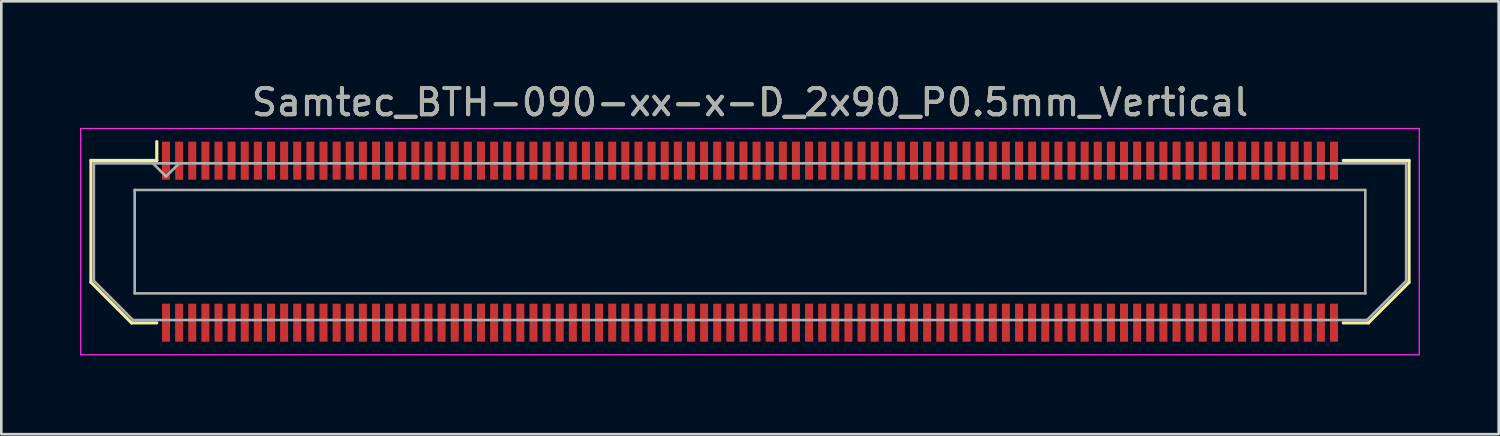
<source format=kicad_pcb>
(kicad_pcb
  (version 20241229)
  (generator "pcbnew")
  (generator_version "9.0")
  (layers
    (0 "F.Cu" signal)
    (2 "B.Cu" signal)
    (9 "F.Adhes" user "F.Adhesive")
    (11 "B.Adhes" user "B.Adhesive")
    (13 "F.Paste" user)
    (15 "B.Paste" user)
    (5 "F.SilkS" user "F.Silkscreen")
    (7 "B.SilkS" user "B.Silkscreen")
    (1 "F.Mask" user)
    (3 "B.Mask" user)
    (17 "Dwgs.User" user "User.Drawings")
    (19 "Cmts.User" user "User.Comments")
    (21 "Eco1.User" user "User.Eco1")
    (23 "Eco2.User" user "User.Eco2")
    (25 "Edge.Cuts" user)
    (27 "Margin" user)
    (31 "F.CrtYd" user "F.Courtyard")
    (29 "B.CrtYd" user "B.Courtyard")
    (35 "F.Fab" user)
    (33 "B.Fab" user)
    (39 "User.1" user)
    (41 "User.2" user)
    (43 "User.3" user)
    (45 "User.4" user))
  (footprint "Samtec_BTH-090-xx-x-D_2x90_P0.5mm_Vertical"
    (layer "F.Cu")
    (at 25.525 6.158)
    (property "Reference" "Samtec_BTH-090-xx-x-D_2x90_P0.5mm_Vertical" (at 0 -5.31 0) (layer "F.SilkS") (effects (font (size 1 1) (thickness 0.15))))
    (attr smd)
    (fp_line (start -25.11 -3.095) (end -25.11 1.548) (stroke (width 0.12) (type solid)) (layer "F.SilkS"))
    (fp_line (start -25.11 1.548) (end -23.562 3.095) (stroke (width 0.12) (type solid)) (layer "F.SilkS"))
    (fp_line (start -23.562 3.095) (end -22.602 3.095) (stroke (width 0.12) (type solid)) (layer "F.SilkS"))
    (fp_line (start -22.602 -3.811) (end -22.602 -3.095) (stroke (width 0.12) (type solid)) (layer "F.SilkS"))
    (fp_line (start -22.602 -3.095) (end -25.11 -3.095) (stroke (width 0.12) (type solid)) (layer "F.SilkS"))
    (fp_line (start 22.602 -3.095) (end 25.11 -3.095) (stroke (width 0.12) (type solid)) (layer "F.SilkS"))
    (fp_line (start 23.562 3.095) (end 22.602 3.095) (stroke (width 0.12) (type solid)) (layer "F.SilkS"))
    (fp_line (start 25.11 -3.095) (end 25.11 1.548) (stroke (width 0.12) (type solid)) (layer "F.SilkS"))
    (fp_line (start 25.11 1.548) (end 23.562 3.095) (stroke (width 0.12) (type solid)) (layer "F.SilkS"))
    (fp_line (start -25.5 -4.31) (end -25.5 4.31) (stroke (width 0.05) (type solid)) (layer "F.CrtYd"))
    (fp_line (start -25.5 4.31) (end 25.5 4.31) (stroke (width 0.05) (type solid)) (layer "F.CrtYd"))
    (fp_line (start 25.5 -4.31) (end -25.5 -4.31) (stroke (width 0.05) (type solid)) (layer "F.CrtYd"))
    (fp_line (start 25.5 4.31) (end 25.5 -4.31) (stroke (width 0.05) (type solid)) (layer "F.CrtYd"))
    (fp_line (start -25 -2.985) (end -25 1.492) (stroke (width 0.1) (type solid)) (layer "F.Fab"))
    (fp_line (start -25 -2.985) (end 25 -2.985) (stroke (width 0.1) (type solid)) (layer "F.Fab"))
    (fp_line (start -25 1.492) (end -23.508 2.985) (stroke (width 0.1) (type solid)) (layer "F.Fab"))
    (fp_line (start -23.508 2.985) (end 23.508 2.985) (stroke (width 0.1) (type solid)) (layer "F.Fab"))
    (fp_line (start -23.444 -1.97) (end -23.444 1.97) (stroke (width 0.1) (type solid)) (layer "F.Fab"))
    (fp_line (start -23.444 1.97) (end 23.444 1.97) (stroke (width 0.1) (type solid)) (layer "F.Fab"))
    (fp_line (start -22.25 -2.485) (end -22.75 -2.985) (stroke (width 0.1) (type solid)) (layer "F.Fab"))
    (fp_line (start -21.75 -2.985) (end -22.25 -2.485) (stroke (width 0.1) (type solid)) (layer "F.Fab"))
    (fp_line (start 23.444 -1.97) (end -23.444 -1.97) (stroke (width 0.1) (type solid)) (layer "F.Fab"))
    (fp_line (start 23.444 1.97) (end 23.444 -1.97) (stroke (width 0.1) (type solid)) (layer "F.Fab"))
    (fp_line (start 25 -2.985) (end 25 1.492) (stroke (width 0.1) (type solid)) (layer "F.Fab"))
    (fp_line (start 25 1.492) (end 23.508 2.985) (stroke (width 0.1) (type solid)) (layer "F.Fab"))
    (fp_text user "${REFERENCE}" (at 0 -5.31 0) (layer "F.Fab") (effects (font (size 1 1) (thickness 0.15))))
    (pad "1" smd rect (at -22.25 -3.086) (size 0.305 1.45) (layers "F.Cu" "F.Mask" "F.Paste"))
    (pad "2" smd rect (at -22.25 3.086) (size 0.305 1.45) (layers "F.Cu" "F.Mask" "F.Paste"))
    (pad "3" smd rect (at -21.75 -3.086) (size 0.305 1.45) (layers "F.Cu" "F.Mask" "F.Paste"))
    (pad "4" smd rect (at -21.75 3.086) (size 0.305 1.45) (layers "F.Cu" "F.Mask" "F.Paste"))
    (pad "5" smd rect (at -21.25 -3.086) (size 0.305 1.45) (layers "F.Cu" "F.Mask" "F.Paste"))
    (pad "6" smd rect (at -21.25 3.086) (size 0.305 1.45) (layers "F.Cu" "F.Mask" "F.Paste"))
    (pad "7" smd rect (at -20.75 -3.086) (size 0.305 1.45) (layers "F.Cu" "F.Mask" "F.Paste"))
    (pad "8" smd rect (at -20.75 3.086) (size 0.305 1.45) (layers "F.Cu" "F.Mask" "F.Paste"))
    (pad "9" smd rect (at -20.25 -3.086) (size 0.305 1.45) (layers "F.Cu" "F.Mask" "F.Paste"))
    (pad "10" smd rect (at -20.25 3.086) (size 0.305 1.45) (layers "F.Cu" "F.Mask" "F.Paste"))
    (pad "11" smd rect (at -19.75 -3.086) (size 0.305 1.45) (layers "F.Cu" "F.Mask" "F.Paste"))
    (pad "12" smd rect (at -19.75 3.086) (size 0.305 1.45) (layers "F.Cu" "F.Mask" "F.Paste"))
    (pad "13" smd rect (at -19.25 -3.086) (size 0.305 1.45) (layers "F.Cu" "F.Mask" "F.Paste"))
    (pad "14" smd rect (at -19.25 3.086) (size 0.305 1.45) (layers "F.Cu" "F.Mask" "F.Paste"))
    (pad "15" smd rect (at -18.75 -3.086) (size 0.305 1.45) (layers "F.Cu" "F.Mask" "F.Paste"))
    (pad "16" smd rect (at -18.75 3.086) (size 0.305 1.45) (layers "F.Cu" "F.Mask" "F.Paste"))
    (pad "17" smd rect (at -18.25 -3.086) (size 0.305 1.45) (layers "F.Cu" "F.Mask" "F.Paste"))
    (pad "18" smd rect (at -18.25 3.086) (size 0.305 1.45) (layers "F.Cu" "F.Mask" "F.Paste"))
    (pad "19" smd rect (at -17.75 -3.086) (size 0.305 1.45) (layers "F.Cu" "F.Mask" "F.Paste"))
    (pad "20" smd rect (at -17.75 3.086) (size 0.305 1.45) (layers "F.Cu" "F.Mask" "F.Paste"))
    (pad "21" smd rect (at -17.25 -3.086) (size 0.305 1.45) (layers "F.Cu" "F.Mask" "F.Paste"))
    (pad "22" smd rect (at -17.25 3.086) (size 0.305 1.45) (layers "F.Cu" "F.Mask" "F.Paste"))
    (pad "23" smd rect (at -16.75 -3.086) (size 0.305 1.45) (layers "F.Cu" "F.Mask" "F.Paste"))
    (pad "24" smd rect (at -16.75 3.086) (size 0.305 1.45) (layers "F.Cu" "F.Mask" "F.Paste"))
    (pad "25" smd rect (at -16.25 -3.086) (size 0.305 1.45) (layers "F.Cu" "F.Mask" "F.Paste"))
    (pad "26" smd rect (at -16.25 3.086) (size 0.305 1.45) (layers "F.Cu" "F.Mask" "F.Paste"))
    (pad "27" smd rect (at -15.75 -3.086) (size 0.305 1.45) (layers "F.Cu" "F.Mask" "F.Paste"))
    (pad "28" smd rect (at -15.75 3.086) (size 0.305 1.45) (layers "F.Cu" "F.Mask" "F.Paste"))
    (pad "29" smd rect (at -15.25 -3.086) (size 0.305 1.45) (layers "F.Cu" "F.Mask" "F.Paste"))
    (pad "30" smd rect (at -15.25 3.086) (size 0.305 1.45) (layers "F.Cu" "F.Mask" "F.Paste"))
    (pad "31" smd rect (at -14.75 -3.086) (size 0.305 1.45) (layers "F.Cu" "F.Mask" "F.Paste"))
    (pad "32" smd rect (at -14.75 3.086) (size 0.305 1.45) (layers "F.Cu" "F.Mask" "F.Paste"))
    (pad "33" smd rect (at -14.25 -3.086) (size 0.305 1.45) (layers "F.Cu" "F.Mask" "F.Paste"))
    (pad "34" smd rect (at -14.25 3.086) (size 0.305 1.45) (layers "F.Cu" "F.Mask" "F.Paste"))
    (pad "35" smd rect (at -13.75 -3.086) (size 0.305 1.45) (layers "F.Cu" "F.Mask" "F.Paste"))
    (pad "36" smd rect (at -13.75 3.086) (size 0.305 1.45) (layers "F.Cu" "F.Mask" "F.Paste"))
    (pad "37" smd rect (at -13.25 -3.086) (size 0.305 1.45) (layers "F.Cu" "F.Mask" "F.Paste"))
    (pad "38" smd rect (at -13.25 3.086) (size 0.305 1.45) (layers "F.Cu" "F.Mask" "F.Paste"))
    (pad "39" smd rect (at -12.75 -3.086) (size 0.305 1.45) (layers "F.Cu" "F.Mask" "F.Paste"))
    (pad "40" smd rect (at -12.75 3.086) (size 0.305 1.45) (layers "F.Cu" "F.Mask" "F.Paste"))
    (pad "41" smd rect (at -12.25 -3.086) (size 0.305 1.45) (layers "F.Cu" "F.Mask" "F.Paste"))
    (pad "42" smd rect (at -12.25 3.086) (size 0.305 1.45) (layers "F.Cu" "F.Mask" "F.Paste"))
    (pad "43" smd rect (at -11.75 -3.086) (size 0.305 1.45) (layers "F.Cu" "F.Mask" "F.Paste"))
    (pad "44" smd rect (at -11.75 3.086) (size 0.305 1.45) (layers "F.Cu" "F.Mask" "F.Paste"))
    (pad "45" smd rect (at -11.25 -3.086) (size 0.305 1.45) (layers "F.Cu" "F.Mask" "F.Paste"))
    (pad "46" smd rect (at -11.25 3.086) (size 0.305 1.45) (layers "F.Cu" "F.Mask" "F.Paste"))
    (pad "47" smd rect (at -10.75 -3.086) (size 0.305 1.45) (layers "F.Cu" "F.Mask" "F.Paste"))
    (pad "48" smd rect (at -10.75 3.086) (size 0.305 1.45) (layers "F.Cu" "F.Mask" "F.Paste"))
    (pad "49" smd rect (at -10.25 -3.086) (size 0.305 1.45) (layers "F.Cu" "F.Mask" "F.Paste"))
    (pad "50" smd rect (at -10.25 3.086) (size 0.305 1.45) (layers "F.Cu" "F.Mask" "F.Paste"))
    (pad "51" smd rect (at -9.75 -3.086) (size 0.305 1.45) (layers "F.Cu" "F.Mask" "F.Paste"))
    (pad "52" smd rect (at -9.75 3.086) (size 0.305 1.45) (layers "F.Cu" "F.Mask" "F.Paste"))
    (pad "53" smd rect (at -9.25 -3.086) (size 0.305 1.45) (layers "F.Cu" "F.Mask" "F.Paste"))
    (pad "54" smd rect (at -9.25 3.086) (size 0.305 1.45) (layers "F.Cu" "F.Mask" "F.Paste"))
    (pad "55" smd rect (at -8.75 -3.086) (size 0.305 1.45) (layers "F.Cu" "F.Mask" "F.Paste"))
    (pad "56" smd rect (at -8.75 3.086) (size 0.305 1.45) (layers "F.Cu" "F.Mask" "F.Paste"))
    (pad "57" smd rect (at -8.25 -3.086) (size 0.305 1.45) (layers "F.Cu" "F.Mask" "F.Paste"))
    (pad "58" smd rect (at -8.25 3.086) (size 0.305 1.45) (layers "F.Cu" "F.Mask" "F.Paste"))
    (pad "59" smd rect (at -7.75 -3.086) (size 0.305 1.45) (layers "F.Cu" "F.Mask" "F.Paste"))
    (pad "60" smd rect (at -7.75 3.086) (size 0.305 1.45) (layers "F.Cu" "F.Mask" "F.Paste"))
    (pad "61" smd rect (at -7.25 -3.086) (size 0.305 1.45) (layers "F.Cu" "F.Mask" "F.Paste"))
    (pad "62" smd rect (at -7.25 3.086) (size 0.305 1.45) (layers "F.Cu" "F.Mask" "F.Paste"))
    (pad "63" smd rect (at -6.75 -3.086) (size 0.305 1.45) (layers "F.Cu" "F.Mask" "F.Paste"))
    (pad "64" smd rect (at -6.75 3.086) (size 0.305 1.45) (layers "F.Cu" "F.Mask" "F.Paste"))
    (pad "65" smd rect (at -6.25 -3.086) (size 0.305 1.45) (layers "F.Cu" "F.Mask" "F.Paste"))
    (pad "66" smd rect (at -6.25 3.086) (size 0.305 1.45) (layers "F.Cu" "F.Mask" "F.Paste"))
    (pad "67" smd rect (at -5.75 -3.086) (size 0.305 1.45) (layers "F.Cu" "F.Mask" "F.Paste"))
    (pad "68" smd rect (at -5.75 3.086) (size 0.305 1.45) (layers "F.Cu" "F.Mask" "F.Paste"))
    (pad "69" smd rect (at -5.25 -3.086) (size 0.305 1.45) (layers "F.Cu" "F.Mask" "F.Paste"))
    (pad "70" smd rect (at -5.25 3.086) (size 0.305 1.45) (layers "F.Cu" "F.Mask" "F.Paste"))
    (pad "71" smd rect (at -4.75 -3.086) (size 0.305 1.45) (layers "F.Cu" "F.Mask" "F.Paste"))
    (pad "72" smd rect (at -4.75 3.086) (size 0.305 1.45) (layers "F.Cu" "F.Mask" "F.Paste"))
    (pad "73" smd rect (at -4.25 -3.086) (size 0.305 1.45) (layers "F.Cu" "F.Mask" "F.Paste"))
    (pad "74" smd rect (at -4.25 3.086) (size 0.305 1.45) (layers "F.Cu" "F.Mask" "F.Paste"))
    (pad "75" smd rect (at -3.75 -3.086) (size 0.305 1.45) (layers "F.Cu" "F.Mask" "F.Paste"))
    (pad "76" smd rect (at -3.75 3.086) (size 0.305 1.45) (layers "F.Cu" "F.Mask" "F.Paste"))
    (pad "77" smd rect (at -3.25 -3.086) (size 0.305 1.45) (layers "F.Cu" "F.Mask" "F.Paste"))
    (pad "78" smd rect (at -3.25 3.086) (size 0.305 1.45) (layers "F.Cu" "F.Mask" "F.Paste"))
    (pad "79" smd rect (at -2.75 -3.086) (size 0.305 1.45) (layers "F.Cu" "F.Mask" "F.Paste"))
    (pad "80" smd rect (at -2.75 3.086) (size 0.305 1.45) (layers "F.Cu" "F.Mask" "F.Paste"))
    (pad "81" smd rect (at -2.25 -3.086) (size 0.305 1.45) (layers "F.Cu" "F.Mask" "F.Paste"))
    (pad "82" smd rect (at -2.25 3.086) (size 0.305 1.45) (layers "F.Cu" "F.Mask" "F.Paste"))
    (pad "83" smd rect (at -1.75 -3.086) (size 0.305 1.45) (layers "F.Cu" "F.Mask" "F.Paste"))
    (pad "84" smd rect (at -1.75 3.086) (size 0.305 1.45) (layers "F.Cu" "F.Mask" "F.Paste"))
    (pad "85" smd rect (at -1.25 -3.086) (size 0.305 1.45) (layers "F.Cu" "F.Mask" "F.Paste"))
    (pad "86" smd rect (at -1.25 3.086) (size 0.305 1.45) (layers "F.Cu" "F.Mask" "F.Paste"))
    (pad "87" smd rect (at -0.75 -3.086) (size 0.305 1.45) (layers "F.Cu" "F.Mask" "F.Paste"))
    (pad "88" smd rect (at -0.75 3.086) (size 0.305 1.45) (layers "F.Cu" "F.Mask" "F.Paste"))
    (pad "89" smd rect (at -0.25 -3.086) (size 0.305 1.45) (layers "F.Cu" "F.Mask" "F.Paste"))
    (pad "90" smd rect (at -0.25 3.086) (size 0.305 1.45) (layers "F.Cu" "F.Mask" "F.Paste"))
    (pad "91" smd rect (at 0.25 -3.086) (size 0.305 1.45) (layers "F.Cu" "F.Mask" "F.Paste"))
    (pad "92" smd rect (at 0.25 3.086) (size 0.305 1.45) (layers "F.Cu" "F.Mask" "F.Paste"))
    (pad "93" smd rect (at 0.75 -3.086) (size 0.305 1.45) (layers "F.Cu" "F.Mask" "F.Paste"))
    (pad "94" smd rect (at 0.75 3.086) (size 0.305 1.45) (layers "F.Cu" "F.Mask" "F.Paste"))
    (pad "95" smd rect (at 1.25 -3.086) (size 0.305 1.45) (layers "F.Cu" "F.Mask" "F.Paste"))
    (pad "96" smd rect (at 1.25 3.086) (size 0.305 1.45) (layers "F.Cu" "F.Mask" "F.Paste"))
    (pad "97" smd rect (at 1.75 -3.086) (size 0.305 1.45) (layers "F.Cu" "F.Mask" "F.Paste"))
    (pad "98" smd rect (at 1.75 3.086) (size 0.305 1.45) (layers "F.Cu" "F.Mask" "F.Paste"))
    (pad "99" smd rect (at 2.25 -3.086) (size 0.305 1.45) (layers "F.Cu" "F.Mask" "F.Paste"))
    (pad "100" smd rect (at 2.25 3.086) (size 0.305 1.45) (layers "F.Cu" "F.Mask" "F.Paste"))
    (pad "101" smd rect (at 2.75 -3.086) (size 0.305 1.45) (layers "F.Cu" "F.Mask" "F.Paste"))
    (pad "102" smd rect (at 2.75 3.086) (size 0.305 1.45) (layers "F.Cu" "F.Mask" "F.Paste"))
    (pad "103" smd rect (at 3.25 -3.086) (size 0.305 1.45) (layers "F.Cu" "F.Mask" "F.Paste"))
    (pad "104" smd rect (at 3.25 3.086) (size 0.305 1.45) (layers "F.Cu" "F.Mask" "F.Paste"))
    (pad "105" smd rect (at 3.75 -3.086) (size 0.305 1.45) (layers "F.Cu" "F.Mask" "F.Paste"))
    (pad "106" smd rect (at 3.75 3.086) (size 0.305 1.45) (layers "F.Cu" "F.Mask" "F.Paste"))
    (pad "107" smd rect (at 4.25 -3.086) (size 0.305 1.45) (layers "F.Cu" "F.Mask" "F.Paste"))
    (pad "108" smd rect (at 4.25 3.086) (size 0.305 1.45) (layers "F.Cu" "F.Mask" "F.Paste"))
    (pad "109" smd rect (at 4.75 -3.086) (size 0.305 1.45) (layers "F.Cu" "F.Mask" "F.Paste"))
    (pad "110" smd rect (at 4.75 3.086) (size 0.305 1.45) (layers "F.Cu" "F.Mask" "F.Paste"))
    (pad "111" smd rect (at 5.25 -3.086) (size 0.305 1.45) (layers "F.Cu" "F.Mask" "F.Paste"))
    (pad "112" smd rect (at 5.25 3.086) (size 0.305 1.45) (layers "F.Cu" "F.Mask" "F.Paste"))
    (pad "113" smd rect (at 5.75 -3.086) (size 0.305 1.45) (layers "F.Cu" "F.Mask" "F.Paste"))
    (pad "114" smd rect (at 5.75 3.086) (size 0.305 1.45) (layers "F.Cu" "F.Mask" "F.Paste"))
    (pad "115" smd rect (at 6.25 -3.086) (size 0.305 1.45) (layers "F.Cu" "F.Mask" "F.Paste"))
    (pad "116" smd rect (at 6.25 3.086) (size 0.305 1.45) (layers "F.Cu" "F.Mask" "F.Paste"))
    (pad "117" smd rect (at 6.75 -3.086) (size 0.305 1.45) (layers "F.Cu" "F.Mask" "F.Paste"))
    (pad "118" smd rect (at 6.75 3.086) (size 0.305 1.45) (layers "F.Cu" "F.Mask" "F.Paste"))
    (pad "119" smd rect (at 7.25 -3.086) (size 0.305 1.45) (layers "F.Cu" "F.Mask" "F.Paste"))
    (pad "120" smd rect (at 7.25 3.086) (size 0.305 1.45) (layers "F.Cu" "F.Mask" "F.Paste"))
    (pad "121" smd rect (at 7.75 -3.086) (size 0.305 1.45) (layers "F.Cu" "F.Mask" "F.Paste"))
    (pad "122" smd rect (at 7.75 3.086) (size 0.305 1.45) (layers "F.Cu" "F.Mask" "F.Paste"))
    (pad "123" smd rect (at 8.25 -3.086) (size 0.305 1.45) (layers "F.Cu" "F.Mask" "F.Paste"))
    (pad "124" smd rect (at 8.25 3.086) (size 0.305 1.45) (layers "F.Cu" "F.Mask" "F.Paste"))
    (pad "125" smd rect (at 8.75 -3.086) (size 0.305 1.45) (layers "F.Cu" "F.Mask" "F.Paste"))
    (pad "126" smd rect (at 8.75 3.086) (size 0.305 1.45) (layers "F.Cu" "F.Mask" "F.Paste"))
    (pad "127" smd rect (at 9.25 -3.086) (size 0.305 1.45) (layers "F.Cu" "F.Mask" "F.Paste"))
    (pad "128" smd rect (at 9.25 3.086) (size 0.305 1.45) (layers "F.Cu" "F.Mask" "F.Paste"))
    (pad "129" smd rect (at 9.75 -3.086) (size 0.305 1.45) (layers "F.Cu" "F.Mask" "F.Paste"))
    (pad "130" smd rect (at 9.75 3.086) (size 0.305 1.45) (layers "F.Cu" "F.Mask" "F.Paste"))
    (pad "131" smd rect (at 10.25 -3.086) (size 0.305 1.45) (layers "F.Cu" "F.Mask" "F.Paste"))
    (pad "132" smd rect (at 10.25 3.086) (size 0.305 1.45) (layers "F.Cu" "F.Mask" "F.Paste"))
    (pad "133" smd rect (at 10.75 -3.086) (size 0.305 1.45) (layers "F.Cu" "F.Mask" "F.Paste"))
    (pad "134" smd rect (at 10.75 3.086) (size 0.305 1.45) (layers "F.Cu" "F.Mask" "F.Paste"))
    (pad "135" smd rect (at 11.25 -3.086) (size 0.305 1.45) (layers "F.Cu" "F.Mask" "F.Paste"))
    (pad "136" smd rect (at 11.25 3.086) (size 0.305 1.45) (layers "F.Cu" "F.Mask" "F.Paste"))
    (pad "137" smd rect (at 11.75 -3.086) (size 0.305 1.45) (layers "F.Cu" "F.Mask" "F.Paste"))
    (pad "138" smd rect (at 11.75 3.086) (size 0.305 1.45) (layers "F.Cu" "F.Mask" "F.Paste"))
    (pad "139" smd rect (at 12.25 -3.086) (size 0.305 1.45) (layers "F.Cu" "F.Mask" "F.Paste"))
    (pad "140" smd rect (at 12.25 3.086) (size 0.305 1.45) (layers "F.Cu" "F.Mask" "F.Paste"))
    (pad "141" smd rect (at 12.75 -3.086) (size 0.305 1.45) (layers "F.Cu" "F.Mask" "F.Paste"))
    (pad "142" smd rect (at 12.75 3.086) (size 0.305 1.45) (layers "F.Cu" "F.Mask" "F.Paste"))
    (pad "143" smd rect (at 13.25 -3.086) (size 0.305 1.45) (layers "F.Cu" "F.Mask" "F.Paste"))
    (pad "144" smd rect (at 13.25 3.086) (size 0.305 1.45) (layers "F.Cu" "F.Mask" "F.Paste"))
    (pad "145" smd rect (at 13.75 -3.086) (size 0.305 1.45) (layers "F.Cu" "F.Mask" "F.Paste"))
    (pad "146" smd rect (at 13.75 3.086) (size 0.305 1.45) (layers "F.Cu" "F.Mask" "F.Paste"))
    (pad "147" smd rect (at 14.25 -3.086) (size 0.305 1.45) (layers "F.Cu" "F.Mask" "F.Paste"))
    (pad "148" smd rect (at 14.25 3.086) (size 0.305 1.45) (layers "F.Cu" "F.Mask" "F.Paste"))
    (pad "149" smd rect (at 14.75 -3.086) (size 0.305 1.45) (layers "F.Cu" "F.Mask" "F.Paste"))
    (pad "150" smd rect (at 14.75 3.086) (size 0.305 1.45) (layers "F.Cu" "F.Mask" "F.Paste"))
    (pad "151" smd rect (at 15.25 -3.086) (size 0.305 1.45) (layers "F.Cu" "F.Mask" "F.Paste"))
    (pad "152" smd rect (at 15.25 3.086) (size 0.305 1.45) (layers "F.Cu" "F.Mask" "F.Paste"))
    (pad "153" smd rect (at 15.75 -3.086) (size 0.305 1.45) (layers "F.Cu" "F.Mask" "F.Paste"))
    (pad "154" smd rect (at 15.75 3.086) (size 0.305 1.45) (layers "F.Cu" "F.Mask" "F.Paste"))
    (pad "155" smd rect (at 16.25 -3.086) (size 0.305 1.45) (layers "F.Cu" "F.Mask" "F.Paste"))
    (pad "156" smd rect (at 16.25 3.086) (size 0.305 1.45) (layers "F.Cu" "F.Mask" "F.Paste"))
    (pad "157" smd rect (at 16.75 -3.086) (size 0.305 1.45) (layers "F.Cu" "F.Mask" "F.Paste"))
    (pad "158" smd rect (at 16.75 3.086) (size 0.305 1.45) (layers "F.Cu" "F.Mask" "F.Paste"))
    (pad "159" smd rect (at 17.25 -3.086) (size 0.305 1.45) (layers "F.Cu" "F.Mask" "F.Paste"))
    (pad "160" smd rect (at 17.25 3.086) (size 0.305 1.45) (layers "F.Cu" "F.Mask" "F.Paste"))
    (pad "161" smd rect (at 17.75 -3.086) (size 0.305 1.45) (layers "F.Cu" "F.Mask" "F.Paste"))
    (pad "162" smd rect (at 17.75 3.086) (size 0.305 1.45) (layers "F.Cu" "F.Mask" "F.Paste"))
    (pad "163" smd rect (at 18.25 -3.086) (size 0.305 1.45) (layers "F.Cu" "F.Mask" "F.Paste"))
    (pad "164" smd rect (at 18.25 3.086) (size 0.305 1.45) (layers "F.Cu" "F.Mask" "F.Paste"))
    (pad "165" smd rect (at 18.75 -3.086) (size 0.305 1.45) (layers "F.Cu" "F.Mask" "F.Paste"))
    (pad "166" smd rect (at 18.75 3.086) (size 0.305 1.45) (layers "F.Cu" "F.Mask" "F.Paste"))
    (pad "167" smd rect (at 19.25 -3.086) (size 0.305 1.45) (layers "F.Cu" "F.Mask" "F.Paste"))
    (pad "168" smd rect (at 19.25 3.086) (size 0.305 1.45) (layers "F.Cu" "F.Mask" "F.Paste"))
    (pad "169" smd rect (at 19.75 -3.086) (size 0.305 1.45) (layers "F.Cu" "F.Mask" "F.Paste"))
    (pad "170" smd rect (at 19.75 3.086) (size 0.305 1.45) (layers "F.Cu" "F.Mask" "F.Paste"))
    (pad "171" smd rect (at 20.25 -3.086) (size 0.305 1.45) (layers "F.Cu" "F.Mask" "F.Paste"))
    (pad "172" smd rect (at 20.25 3.086) (size 0.305 1.45) (layers "F.Cu" "F.Mask" "F.Paste"))
    (pad "173" smd rect (at 20.75 -3.086) (size 0.305 1.45) (layers "F.Cu" "F.Mask" "F.Paste"))
    (pad "174" smd rect (at 20.75 3.086) (size 0.305 1.45) (layers "F.Cu" "F.Mask" "F.Paste"))
    (pad "175" smd rect (at 21.25 -3.086) (size 0.305 1.45) (layers "F.Cu" "F.Mask" "F.Paste"))
    (pad "176" smd rect (at 21.25 3.086) (size 0.305 1.45) (layers "F.Cu" "F.Mask" "F.Paste"))
    (pad "177" smd rect (at 21.75 -3.086) (size 0.305 1.45) (layers "F.Cu" "F.Mask" "F.Paste"))
    (pad "178" smd rect (at 21.75 3.086) (size 0.305 1.45) (layers "F.Cu" "F.Mask" "F.Paste"))
    (pad "179" smd rect (at 22.25 -3.086) (size 0.305 1.45) (layers "F.Cu" "F.Mask" "F.Paste"))
    (pad "180" smd rect (at 22.25 3.086) (size 0.305 1.45) (layers "F.Cu" "F.Mask" "F.Paste")))
  (gr_rect
    (start -3 -3)
    (end 54.05 13.493)
    (stroke (width 0.1) (type default))
    (fill no)
    (layer "Edge.Cuts")))
</source>
